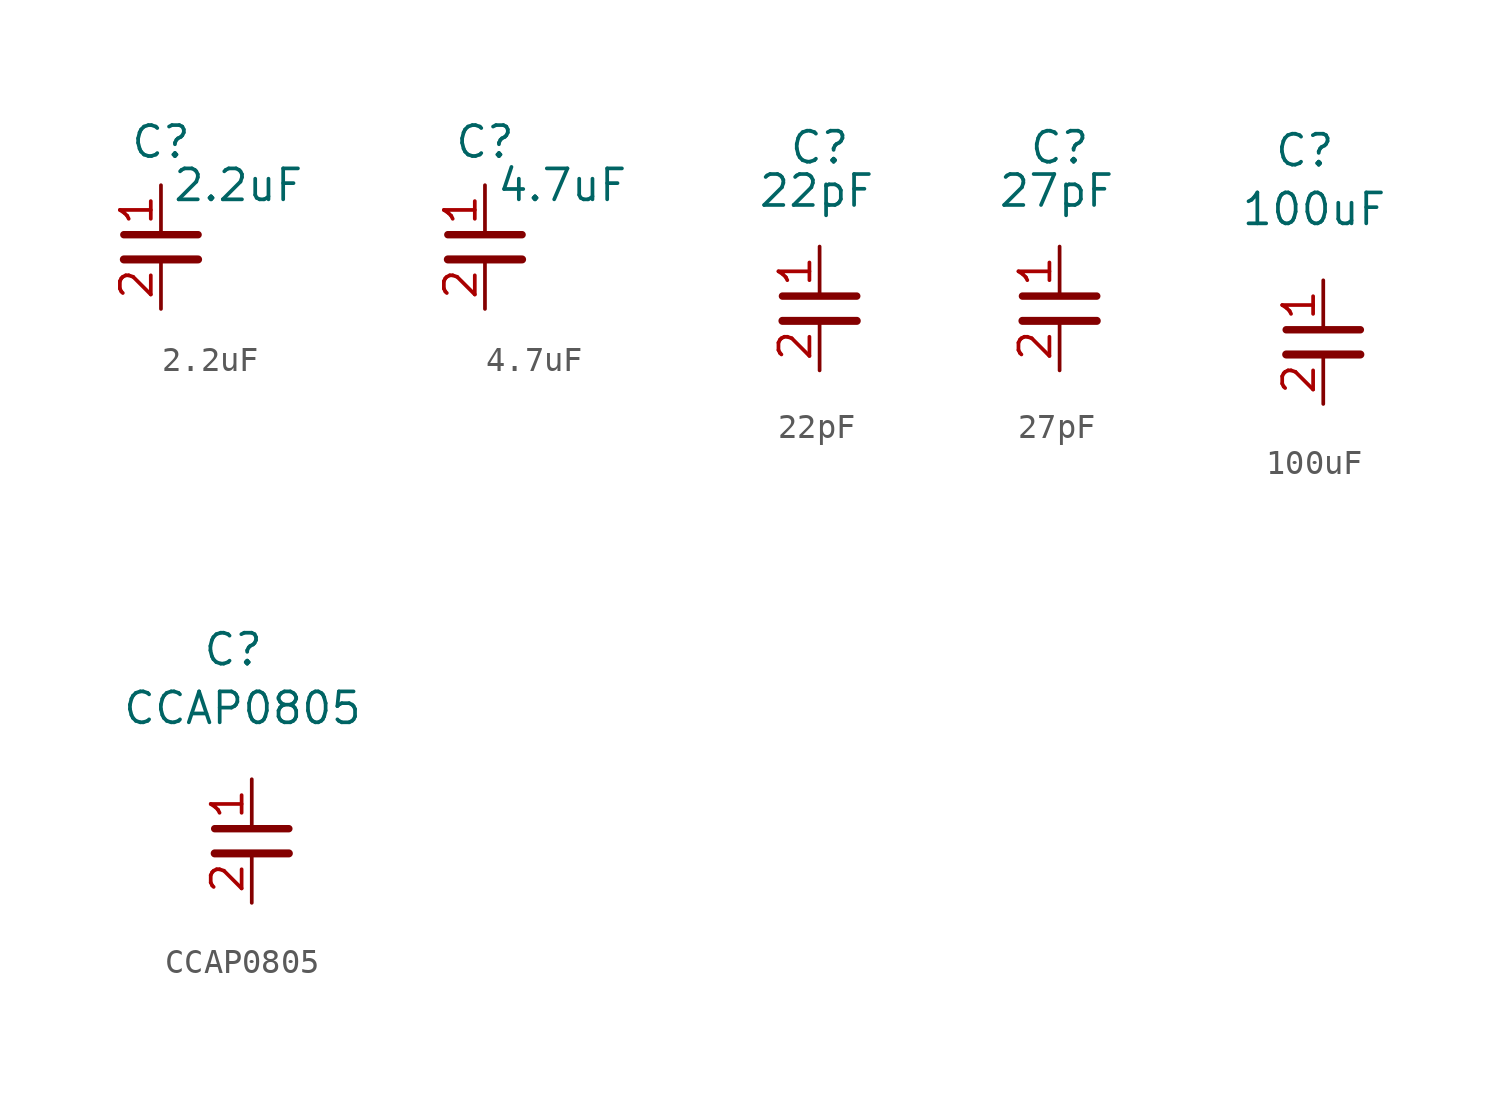
<source format=kicad_sym>
(kicad_symbol_lib
  (version 20241209)
  (generator "kicad_symbol_editor")
  (generator_version "9.0")
  (symbol "2.2uF"
    (pin_names
      (offset 1.016))
    (property "Reference" "C"
      (at -0.127 4.318 0)
      (effects (font (size 1.27 1.27))))
    (property "Value" "2.2uF"
      (at 3.048 2.54 0)
      (effects (font (size 1.27 1.27))))
    (symbol "2.2uF_1_1"
      (polyline (pts (xy -1.651 0.508) (xy 1.397 0.508)) (stroke (width 0.305) (type solid)) (fill (type none)))
      (polyline (pts (xy -1.651 -0.508) (xy 1.397 -0.508)) (stroke (width 0.33) (type solid)) (fill (type none)))
      (pin passive line (at -0.127 2.54 270) (length 2.032) (name "~" (effects (font (size 1.27 1.27)))) (number "1" (effects (font (size 1.27 1.27)))))
      (pin passive line (at -0.127 -2.54 90) (length 2.032) (name "~" (effects (font (size 1.27 1.27)))) (number "2" (effects (font (size 1.27 1.27)))))))
  (symbol "4.7uF"
    (pin_names
      (offset 1.016))
    (property "Reference" "C"
      (at -0.127 4.318 0)
      (effects (font (size 1.27 1.27))))
    (property "Value" "4.7uF"
      (at 3.048 2.54 0)
      (effects (font (size 1.27 1.27))))
    (symbol "4.7uF_1_1"
      (polyline (pts (xy -1.651 0.508) (xy 1.397 0.508)) (stroke (width 0.305) (type solid)) (fill (type none)))
      (polyline (pts (xy -1.651 -0.508) (xy 1.397 -0.508)) (stroke (width 0.33) (type solid)) (fill (type none)))
      (pin passive line (at -0.127 2.54 270) (length 2.032) (name "~" (effects (font (size 1.27 1.27)))) (number "1" (effects (font (size 1.27 1.27)))))
      (pin passive line (at -0.127 -2.54 90) (length 2.032) (name "~" (effects (font (size 1.27 1.27)))) (number "2" (effects (font (size 1.27 1.27)))))))
  (symbol "22pF"
    (pin_names
      (offset 1.016))
    (property "Reference" "C"
      (at 0 6.604 0)
      (effects (font (size 1.27 1.27))))
    (property "Value" "22pF"
      (at -0.127 4.826 0)
      (effects (font (size 1.27 1.27))))
    (symbol "22pF_1_1"
      (polyline (pts (xy -1.524 0.508) (xy 1.524 0.508)) (stroke (width 0.305) (type solid)) (fill (type none)))
      (polyline (pts (xy -1.524 -0.508) (xy 1.524 -0.508)) (stroke (width 0.33) (type solid)) (fill (type none)))
      (pin passive line (at 0 2.54 270) (length 2.032) (name "~" (effects (font (size 1.27 1.27)))) (number "1" (effects (font (size 1.27 1.27)))))
      (pin passive line (at 0 -2.54 90) (length 2.032) (name "~" (effects (font (size 1.27 1.27)))) (number "2" (effects (font (size 1.27 1.27)))))))
  (symbol "27pF"
    (pin_names
      (offset 1.016))
    (property "Reference" "C"
      (at 0 6.604 0)
      (effects (font (size 1.27 1.27))))
    (property "Value" "27pF"
      (at -0.127 4.826 0)
      (effects (font (size 1.27 1.27))))
    (symbol "27pF_1_1"
      (polyline (pts (xy -1.524 0.508) (xy 1.524 0.508)) (stroke (width 0.305) (type solid)) (fill (type none)))
      (polyline (pts (xy -1.524 -0.508) (xy 1.524 -0.508)) (stroke (width 0.33) (type solid)) (fill (type none)))
      (pin passive line (at 0 2.54 270) (length 2.032) (name "~" (effects (font (size 1.27 1.27)))) (number "1" (effects (font (size 1.27 1.27)))))
      (pin passive line (at 0 -2.54 90) (length 2.032) (name "~" (effects (font (size 1.27 1.27)))) (number "2" (effects (font (size 1.27 1.27)))))))
  (symbol "100uF"
    (pin_names
      (offset 1.016))
    (property "Reference" "C"
      (at -0.762 7.874 0)
      (effects (font (size 1.27 1.27))))
    (property "Value" "100uF"
      (at -0.381 5.461 0)
      (effects (font (size 1.27 1.27))))
    (symbol "100uF_1_1"
      (polyline (pts (xy -1.524 0.508) (xy 1.524 0.508)) (stroke (width 0.305) (type solid)) (fill (type none)))
      (polyline (pts (xy -1.524 -0.508) (xy 1.524 -0.508)) (stroke (width 0.33) (type solid)) (fill (type none)))
      (pin passive line (at 0 2.54 270) (length 2.032) (name "~" (effects (font (size 1.27 1.27)))) (number "1" (effects (font (size 1.27 1.27)))))
      (pin passive line (at 0 -2.54 90) (length 2.032) (name "~" (effects (font (size 1.27 1.27)))) (number "2" (effects (font (size 1.27 1.27)))))))
  (symbol "CCAP0805"
    (pin_names
      (offset 1.016))
    (property "Reference" "C"
      (at -0.762 7.874 0)
      (effects (font (size 1.27 1.27))))
    (property "Value" "CCAP0805"
      (at -0.381 5.461 0)
      (effects (font (size 1.27 1.27))))
    (symbol "CCAP0805_1_1"
      (polyline (pts (xy -1.524 0.508) (xy 1.524 0.508)) (stroke (width 0.305) (type solid)) (fill (type none)))
      (polyline (pts (xy -1.524 -0.508) (xy 1.524 -0.508)) (stroke (width 0.33) (type solid)) (fill (type none)))
      (pin passive line (at 0 2.54 270) (length 2.032) (name "~" (effects (font (size 1.27 1.27)))) (number "1" (effects (font (size 1.27 1.27)))))
      (pin passive line (at 0 -2.54 90) (length 2.032) (name "~" (effects (font (size 1.27 1.27)))) (number "2" (effects (font (size 1.27 1.27))))))))
</source>
